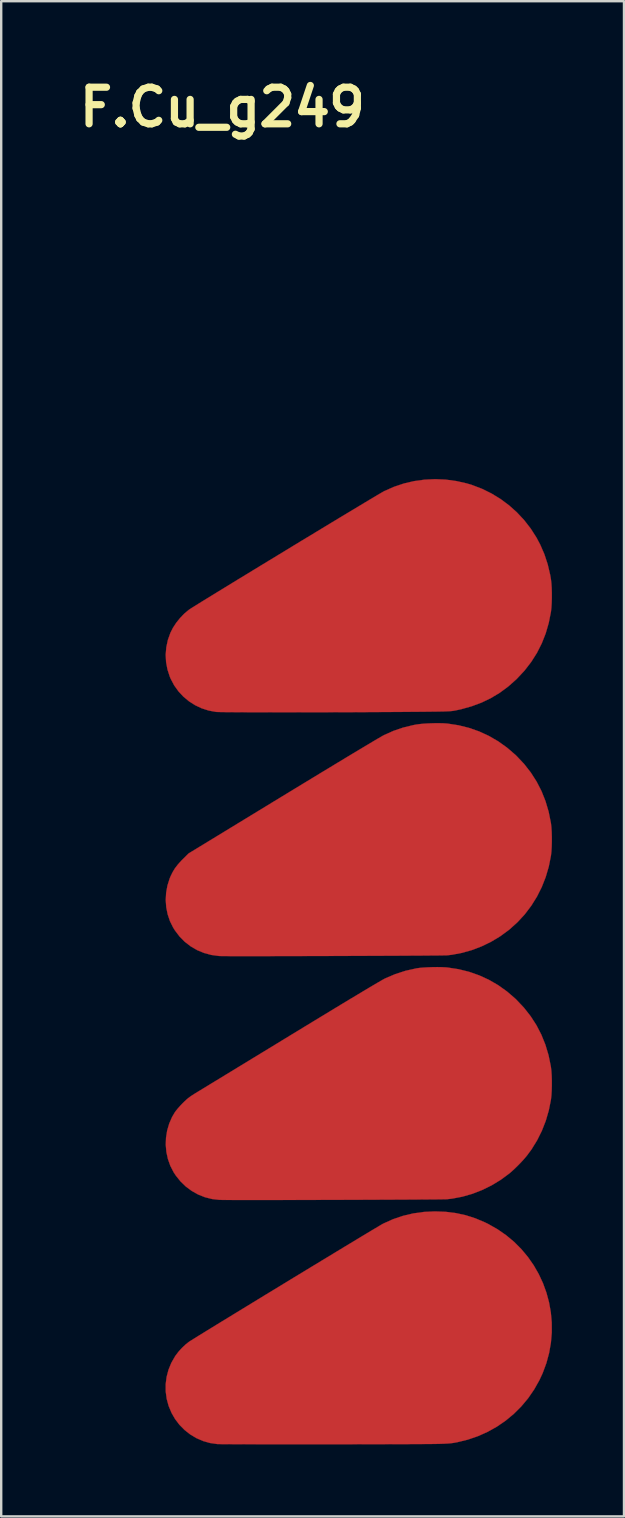
<source format=kicad_pcb>
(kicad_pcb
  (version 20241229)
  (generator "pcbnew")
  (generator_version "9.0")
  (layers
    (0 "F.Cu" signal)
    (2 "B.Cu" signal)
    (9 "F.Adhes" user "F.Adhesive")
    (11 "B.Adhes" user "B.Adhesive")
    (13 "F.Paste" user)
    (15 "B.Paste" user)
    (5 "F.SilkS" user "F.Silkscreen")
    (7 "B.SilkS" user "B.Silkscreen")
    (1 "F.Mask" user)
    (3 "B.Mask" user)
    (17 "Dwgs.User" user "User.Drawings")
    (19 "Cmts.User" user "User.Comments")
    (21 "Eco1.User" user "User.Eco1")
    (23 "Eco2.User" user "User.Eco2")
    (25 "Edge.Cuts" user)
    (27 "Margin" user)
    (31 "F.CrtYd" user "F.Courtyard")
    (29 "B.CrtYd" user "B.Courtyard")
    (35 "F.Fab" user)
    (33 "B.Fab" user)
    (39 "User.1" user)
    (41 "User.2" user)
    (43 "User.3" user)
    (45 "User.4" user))
  (footprint "F.Cu_g249"
    (layer "F.Cu")
    (at 6.212 1.418)
    (property "Reference" "F.Cu_g249" (at 0 0 0) (layer "F.SilkS") (effects (font (size 1.524 1.524) (thickness 0.3))))
    (attr through_hole)
    (fp_poly (pts (xy 9.195 25.661) (xy 9.354 25.672) (xy 9.381 25.674) (xy 9.836 25.744) (xy 10.275 25.853) (xy 10.698 26.001) (xy 11.103 26.188) (xy 11.49 26.412) (xy 11.857 26.674) (xy 12.204 26.972) (xy 12.263 27.029) (xy 12.575 27.361) (xy 12.852 27.716) (xy 13.092 28.092) (xy 13.296 28.489) (xy 13.462 28.907) (xy 13.592 29.345) (xy 13.684 29.802) (xy 13.688 29.824) (xy 13.706 29.985) (xy 13.719 30.177) (xy 13.725 30.386) (xy 13.725 30.602) (xy 13.719 30.813) (xy 13.707 31.006) (xy 13.689 31.169) (xy 13.688 31.178) (xy 13.598 31.63) (xy 13.47 32.066) (xy 13.305 32.484) (xy 13.105 32.883) (xy 12.869 33.261) (xy 12.601 33.615) (xy 12.299 33.943) (xy 11.967 34.243) (xy 11.928 34.275) (xy 11.576 34.533) (xy 11.2 34.759) (xy 10.806 34.951) (xy 10.399 35.107) (xy 9.981 35.225) (xy 9.56 35.304) (xy 9.377 35.325) (xy 9.339 35.327) (xy 9.262 35.328) (xy 9.147 35.33) (xy 8.997 35.332) (xy 8.814 35.333) (xy 8.6 35.335) (xy 8.359 35.337) (xy 8.092 35.339) (xy 7.801 35.34) (xy 7.49 35.342) (xy 7.16 35.344) (xy 6.814 35.345) (xy 6.455 35.347) (xy 6.083 35.348) (xy 5.703 35.35) (xy 5.317 35.351) (xy 4.926 35.353) (xy 4.533 35.354) (xy 4.14 35.355) (xy 3.751 35.356) (xy 3.367 35.357) (xy 2.99 35.358) (xy 2.624 35.359) (xy 2.27 35.359) (xy 1.931 35.36) (xy 1.609 35.36) (xy 1.306 35.36) (xy 1.026 35.36) (xy 0.77 35.36) (xy 0.54 35.36) (xy 0.34 35.36) (xy 0.171 35.359) (xy 0.036 35.358) (xy -0.063 35.357) (xy -0.123 35.356) (xy -0.138 35.355) (xy -0.459 35.311) (xy -0.765 35.228) (xy -1.053 35.109) (xy -1.32 34.953) (xy -1.565 34.763) (xy -1.785 34.54) (xy -1.978 34.285) (xy -2.051 34.167) (xy -2.183 33.901) (xy -2.278 33.618) (xy -2.337 33.324) (xy -2.358 33.023) (xy -2.341 32.72) (xy -2.287 32.42) (xy -2.195 32.128) (xy -2.162 32.048) (xy -2.076 31.87) (xy -1.978 31.707) (xy -1.858 31.55) (xy -1.712 31.387) (xy -1.641 31.316) (xy -1.406 31.083) (xy 2.518 28.691) (xy 2.95 28.428) (xy 3.366 28.175) (xy 3.765 27.933) (xy 4.144 27.702) (xy 4.504 27.485) (xy 4.842 27.28) (xy 5.156 27.09) (xy 5.447 26.915) (xy 5.712 26.756) (xy 5.951 26.613) (xy 6.161 26.488) (xy 6.341 26.38) (xy 6.491 26.292) (xy 6.608 26.224) (xy 6.692 26.176) (xy 6.74 26.151) (xy 7.128 25.977) (xy 7.528 25.841) (xy 7.946 25.739) (xy 8.075 25.714) (xy 8.224 25.694) (xy 8.403 25.677) (xy 8.601 25.666) (xy 8.807 25.659) (xy 9.008 25.657) (xy 9.195 25.661)) (stroke (width 0.01) (type solid)) (fill yes) (layer "F.Cu"))
    (fp_poly (pts (xy 9.308 46.012) (xy 9.73 46.065) (xy 10.138 46.154) (xy 10.536 46.281) (xy 10.93 46.447) (xy 11.07 46.515) (xy 11.46 46.736) (xy 11.821 46.986) (xy 12.154 47.264) (xy 12.457 47.568) (xy 12.729 47.894) (xy 12.971 48.241) (xy 13.18 48.606) (xy 13.357 48.986) (xy 13.5 49.38) (xy 13.609 49.785) (xy 13.683 50.198) (xy 13.721 50.618) (xy 13.723 51.041) (xy 13.686 51.466) (xy 13.612 51.889) (xy 13.499 52.31) (xy 13.346 52.724) (xy 13.209 53.02) (xy 12.989 53.412) (xy 12.737 53.778) (xy 12.453 54.117) (xy 12.141 54.428) (xy 11.803 54.709) (xy 11.44 54.958) (xy 11.055 55.174) (xy 10.649 55.356) (xy 10.226 55.501) (xy 9.786 55.609) (xy 9.62 55.639) (xy 9.517 55.652) (xy 9.385 55.663) (xy 9.222 55.671) (xy 9.024 55.678) (xy 8.816 55.681) (xy 8.693 55.683) (xy 8.536 55.684) (xy 8.347 55.685) (xy 8.128 55.686) (xy 7.881 55.687) (xy 7.61 55.689) (xy 7.316 55.689) (xy 7.002 55.69) (xy 6.671 55.691) (xy 6.325 55.692) (xy 5.966 55.692) (xy 5.596 55.693) (xy 5.219 55.694) (xy 4.836 55.694) (xy 4.451 55.694) (xy 4.065 55.694) (xy 3.681 55.695) (xy 3.301 55.695) (xy 2.928 55.695) (xy 2.564 55.695) (xy 2.212 55.694) (xy 1.874 55.694) (xy 1.553 55.694) (xy 1.251 55.693) (xy 0.969 55.693) (xy 0.712 55.692) (xy 0.481 55.691) (xy 0.279 55.69) (xy 0.108 55.689) (xy -0.029 55.688) (xy -0.131 55.687) (xy -0.194 55.686) (xy -0.212 55.685) (xy -0.512 55.642) (xy -0.801 55.56) (xy -1.077 55.441) (xy -1.335 55.287) (xy -1.572 55.101) (xy -1.785 54.885) (xy -1.97 54.642) (xy -2.116 54.388) (xy -2.238 54.097) (xy -2.319 53.798) (xy -2.359 53.494) (xy -2.36 53.189) (xy -2.321 52.887) (xy -2.243 52.59) (xy -2.126 52.304) (xy -1.969 52.03) (xy -1.942 51.99) (xy -1.823 51.835) (xy -1.683 51.681) (xy -1.534 51.54) (xy -1.397 51.431) (xy -1.358 51.405) (xy -1.284 51.359) (xy -1.179 51.293) (xy -1.044 51.209) (xy -0.88 51.108) (xy -0.692 50.992) (xy -0.479 50.861) (xy -0.245 50.717) (xy 0.008 50.562) (xy 0.28 50.396) (xy 0.566 50.221) (xy 0.866 50.038) (xy 1.177 49.848) (xy 1.498 49.652) (xy 1.825 49.452) (xy 2.158 49.25) (xy 2.494 49.045) (xy 2.83 48.84) (xy 3.166 48.636) (xy 3.498 48.434) (xy 3.826 48.235) (xy 4.146 48.041) (xy 4.457 47.853) (xy 4.756 47.671) (xy 5.042 47.498) (xy 5.312 47.335) (xy 5.565 47.182) (xy 5.798 47.041) (xy 6.009 46.914) (xy 6.197 46.801) (xy 6.359 46.705) (xy 6.493 46.625) (xy 6.596 46.563) (xy 6.668 46.522) (xy 6.706 46.501) (xy 7.111 46.319) (xy 7.528 46.178) (xy 7.957 46.077) (xy 8.399 46.016) (xy 8.855 45.995) (xy 8.865 45.995) (xy 9.308 46.012)) (stroke (width 0.01) (type solid)) (fill yes) (layer "F.Cu"))
    (fp_poly (pts (xy 9.303 15.511) (xy 9.743 15.57) (xy 10.178 15.668) (xy 10.409 15.738) (xy 10.821 15.896) (xy 11.216 16.091) (xy 11.592 16.321) (xy 11.945 16.584) (xy 12.273 16.878) (xy 12.574 17.201) (xy 12.845 17.55) (xy 13.084 17.923) (xy 13.239 18.214) (xy 13.416 18.622) (xy 13.554 19.043) (xy 13.657 19.482) (xy 13.688 19.664) (xy 13.706 19.825) (xy 13.719 20.017) (xy 13.725 20.226) (xy 13.725 20.442) (xy 13.719 20.653) (xy 13.707 20.846) (xy 13.689 21.009) (xy 13.688 21.018) (xy 13.597 21.477) (xy 13.47 21.915) (xy 13.305 22.333) (xy 13.104 22.73) (xy 12.865 23.107) (xy 12.589 23.464) (xy 12.276 23.8) (xy 12.246 23.83) (xy 11.914 24.125) (xy 11.564 24.384) (xy 11.195 24.607) (xy 10.804 24.796) (xy 10.39 24.951) (xy 9.949 25.075) (xy 9.694 25.13) (xy 9.657 25.136) (xy 9.619 25.143) (xy 9.577 25.148) (xy 9.53 25.153) (xy 9.473 25.157) (xy 9.406 25.161) (xy 9.324 25.164) (xy 9.226 25.168) (xy 9.108 25.17) (xy 8.968 25.173) (xy 8.804 25.175) (xy 8.613 25.177) (xy 8.392 25.18) (xy 8.139 25.182) (xy 7.85 25.184) (xy 7.524 25.187) (xy 7.25 25.189) (xy 6.888 25.191) (xy 6.513 25.193) (xy 6.128 25.195) (xy 5.734 25.197) (xy 5.335 25.199) (xy 4.932 25.2) (xy 4.528 25.201) (xy 4.125 25.202) (xy 3.726 25.203) (xy 3.332 25.203) (xy 2.947 25.204) (xy 2.572 25.204) (xy 2.21 25.204) (xy 1.864 25.203) (xy 1.535 25.203) (xy 1.226 25.202) (xy 0.939 25.201) (xy 0.677 25.2) (xy 0.442 25.198) (xy 0.236 25.197) (xy 0.063 25.195) (xy -0.077 25.193) (xy -0.181 25.191) (xy -0.245 25.188) (xy -0.263 25.187) (xy -0.568 25.131) (xy -0.861 25.037) (xy -1.137 24.907) (xy -1.392 24.743) (xy -1.625 24.549) (xy -1.831 24.327) (xy -2.008 24.079) (xy -2.151 23.808) (xy -2.186 23.728) (xy -2.285 23.424) (xy -2.343 23.116) (xy -2.36 22.805) (xy -2.334 22.494) (xy -2.268 22.186) (xy -2.162 21.89) (xy -2.057 21.683) (xy -1.92 21.474) (xy -1.76 21.275) (xy -1.586 21.094) (xy -1.406 20.943) (xy -1.367 20.916) (xy -1.318 20.883) (xy -1.235 20.83) (xy -1.12 20.759) (xy -0.976 20.669) (xy -0.805 20.563) (xy -0.608 20.442) (xy -0.388 20.307) (xy -0.147 20.159) (xy 0.113 20) (xy 0.39 19.831) (xy 0.681 19.652) (xy 0.986 19.467) (xy 1.302 19.274) (xy 1.626 19.077) (xy 1.956 18.876) (xy 2.292 18.672) (xy 2.629 18.467) (xy 2.967 18.261) (xy 3.303 18.057) (xy 3.636 17.856) (xy 3.963 17.658) (xy 4.281 17.465) (xy 4.59 17.278) (xy 4.886 17.099) (xy 5.169 16.929) (xy 5.435 16.769) (xy 5.683 16.62) (xy 5.91 16.483) (xy 6.115 16.36) (xy 6.295 16.253) (xy 6.449 16.161) (xy 6.574 16.088) (xy 6.668 16.033) (xy 6.729 15.998) (xy 6.748 15.988) (xy 7.149 15.811) (xy 7.563 15.672) (xy 7.989 15.573) (xy 8.423 15.513) (xy 8.863 15.492) (xy 9.303 15.511)) (stroke (width 0.01) (type solid)) (fill yes) (layer "F.Cu"))
    (fp_poly (pts (xy 9.133 35.82) (xy 9.29 35.827) (xy 9.381 35.835) (xy 9.838 35.905) (xy 10.278 36.014) (xy 10.7 36.162) (xy 11.104 36.347) (xy 11.489 36.57) (xy 11.854 36.83) (xy 12.199 37.127) (xy 12.246 37.172) (xy 12.562 37.507) (xy 12.841 37.862) (xy 13.084 38.237) (xy 13.288 38.632) (xy 13.456 39.048) (xy 13.587 39.484) (xy 13.681 39.941) (xy 13.688 39.984) (xy 13.706 40.145) (xy 13.719 40.337) (xy 13.725 40.546) (xy 13.725 40.762) (xy 13.719 40.973) (xy 13.707 41.166) (xy 13.689 41.329) (xy 13.688 41.339) (xy 13.599 41.784) (xy 13.473 42.218) (xy 13.31 42.635) (xy 13.112 43.033) (xy 12.881 43.408) (xy 12.685 43.673) (xy 12.572 43.807) (xy 12.437 43.955) (xy 12.29 44.106) (xy 12.141 44.249) (xy 12.003 44.373) (xy 11.949 44.418) (xy 11.595 44.679) (xy 11.218 44.908) (xy 10.824 45.102) (xy 10.415 45.261) (xy 9.997 45.381) (xy 9.573 45.462) (xy 9.366 45.486) (xy 9.329 45.488) (xy 9.251 45.489) (xy 9.136 45.491) (xy 8.985 45.493) (xy 8.802 45.494) (xy 8.588 45.496) (xy 8.347 45.498) (xy 8.08 45.499) (xy 7.789 45.501) (xy 7.478 45.503) (xy 7.148 45.504) (xy 6.802 45.506) (xy 6.442 45.507) (xy 6.071 45.509) (xy 5.691 45.51) (xy 5.305 45.511) (xy 4.914 45.513) (xy 4.522 45.514) (xy 4.13 45.515) (xy 3.741 45.516) (xy 3.358 45.517) (xy 2.982 45.518) (xy 2.616 45.518) (xy 2.263 45.519) (xy 1.925 45.519) (xy 1.604 45.519) (xy 1.303 45.519) (xy 1.024 45.519) (xy 0.77 45.519) (xy 0.542 45.519) (xy 0.343 45.518) (xy 0.176 45.518) (xy 0.043 45.517) (xy -0.053 45.515) (xy -0.111 45.514) (xy -0.116 45.514) (xy -0.425 45.479) (xy -0.723 45.404) (xy -1.007 45.291) (xy -1.274 45.142) (xy -1.52 44.96) (xy -1.743 44.745) (xy -1.939 44.5) (xy -2.029 44.363) (xy -2.167 44.095) (xy -2.267 43.813) (xy -2.331 43.52) (xy -2.357 43.22) (xy -2.346 42.92) (xy -2.298 42.623) (xy -2.213 42.334) (xy -2.092 42.057) (xy -1.979 41.866) (xy -1.926 41.793) (xy -1.851 41.702) (xy -1.762 41.602) (xy -1.669 41.504) (xy -1.641 41.476) (xy -1.562 41.399) (xy -1.492 41.334) (xy -1.425 41.277) (xy -1.353 41.223) (xy -1.269 41.165) (xy -1.166 41.099) (xy -1.036 41.019) (xy -0.973 40.981) (xy -0.91 40.943) (xy -0.814 40.884) (xy -0.685 40.806) (xy -0.527 40.709) (xy -0.34 40.595) (xy -0.127 40.466) (xy 0.109 40.322) (xy 0.368 40.164) (xy 0.647 39.994) (xy 0.943 39.814) (xy 1.255 39.623) (xy 1.581 39.425) (xy 1.919 39.219) (xy 2.267 39.007) (xy 2.622 38.79) (xy 2.984 38.57) (xy 2.985 38.569) (xy 3.448 38.287) (xy 3.885 38.021) (xy 4.295 37.772) (xy 4.676 37.541) (xy 5.028 37.328) (xy 5.35 37.133) (xy 5.643 36.958) (xy 5.904 36.801) (xy 6.133 36.664) (xy 6.33 36.548) (xy 6.493 36.452) (xy 6.623 36.377) (xy 6.718 36.323) (xy 6.778 36.291) (xy 6.784 36.288) (xy 7.201 36.11) (xy 7.631 35.971) (xy 8.076 35.872) (xy 8.107 35.866) (xy 8.235 35.849) (xy 8.394 35.836) (xy 8.574 35.826) (xy 8.764 35.819) (xy 8.954 35.817) (xy 9.133 35.82)) (stroke (width 0.01) (type solid)) (fill yes) (layer "F.Cu")))
  (gr_rect
    (start -3 -3)
    (end 22.943 60.118)
    (stroke (width 0.1) (type default))
    (fill no)
    (layer "Edge.Cuts")))
</source>
